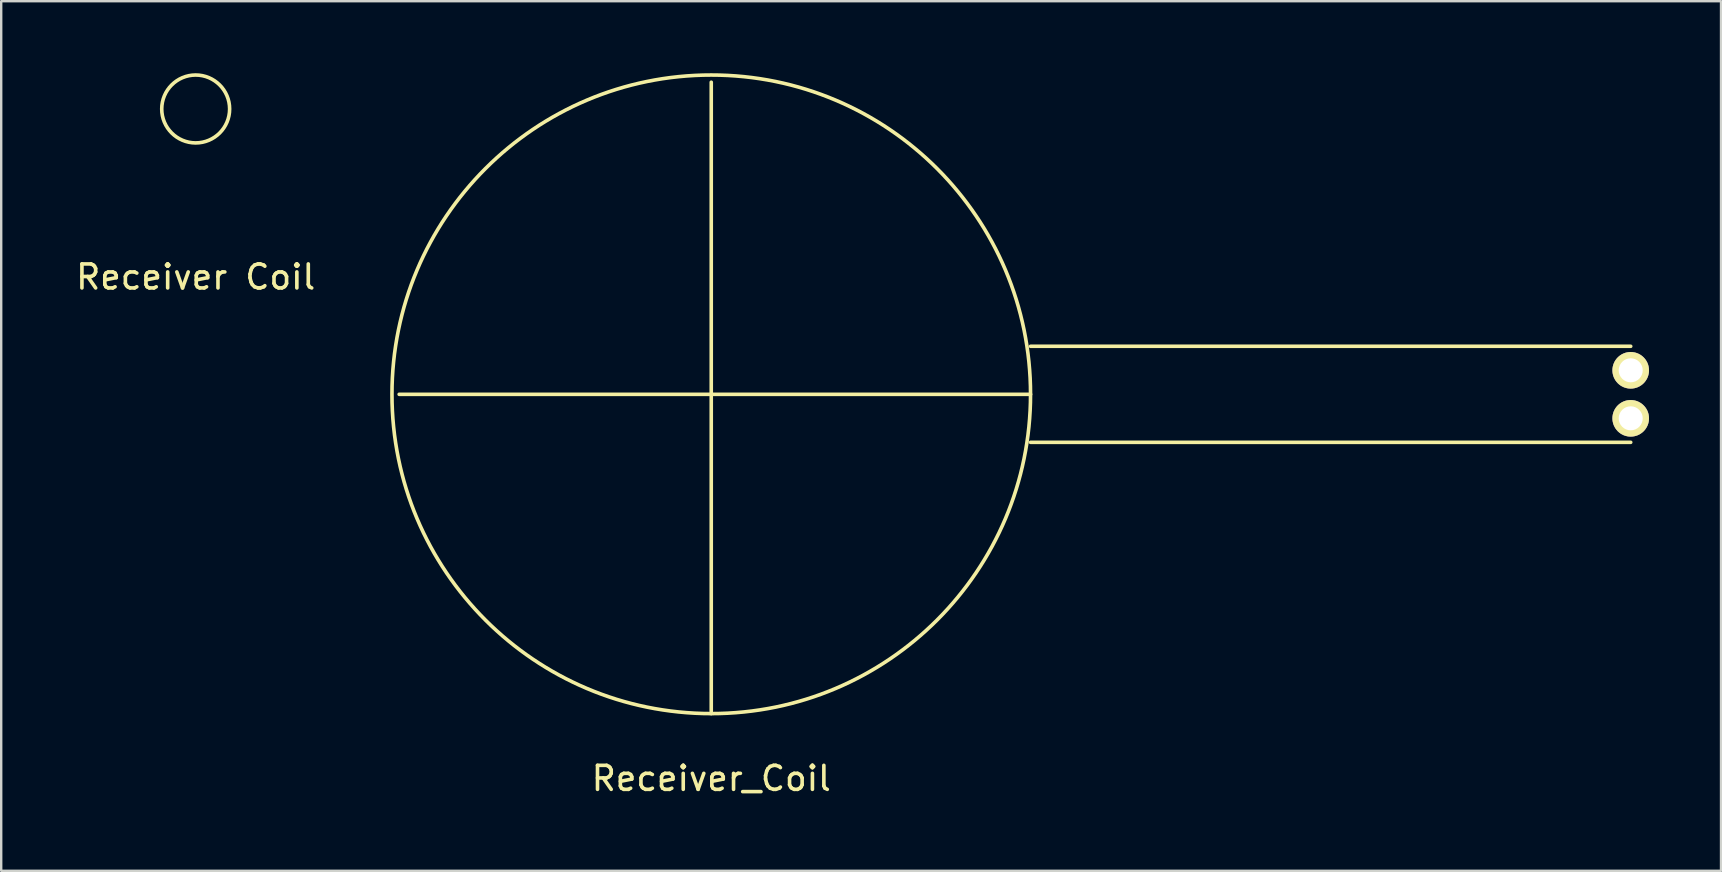
<source format=kicad_pcb>
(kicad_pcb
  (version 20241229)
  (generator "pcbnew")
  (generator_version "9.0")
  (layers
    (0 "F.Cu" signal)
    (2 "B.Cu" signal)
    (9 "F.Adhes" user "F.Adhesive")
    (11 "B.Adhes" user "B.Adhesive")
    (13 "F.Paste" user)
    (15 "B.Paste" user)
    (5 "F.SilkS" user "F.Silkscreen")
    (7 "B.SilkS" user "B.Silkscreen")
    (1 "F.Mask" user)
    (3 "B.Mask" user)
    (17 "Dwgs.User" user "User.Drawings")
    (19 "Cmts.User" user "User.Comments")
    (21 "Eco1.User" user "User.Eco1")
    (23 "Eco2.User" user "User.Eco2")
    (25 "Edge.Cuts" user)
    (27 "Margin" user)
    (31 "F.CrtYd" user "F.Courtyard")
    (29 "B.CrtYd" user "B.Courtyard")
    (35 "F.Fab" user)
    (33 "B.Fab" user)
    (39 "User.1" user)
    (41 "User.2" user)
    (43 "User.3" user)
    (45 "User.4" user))
  (footprint "Receiver_Coil"
    (layer "F.Cu")
    (at 26.577 13.375)
    (property "Reference" "Receiver_Coil" (at 0 16 0) (layer "F.SilkS") (effects (font (size 1 1) (thickness 0.15))))
    (attr through_hole)
    (fp_line (start -13 0) (end 13.3 0) (stroke (width 0.15) (type solid)) (layer "F.SilkS"))
    (fp_line (start 0 -13) (end 0 13.3) (stroke (width 0.15) (type solid)) (layer "F.SilkS"))
    (fp_line (start 13.3 -2) (end 38.3 -2) (stroke (width 0.15) (type solid)) (layer "F.SilkS"))
    (fp_line (start 13.3 2) (end 38.3 2) (stroke (width 0.15) (type solid)) (layer "F.SilkS"))
    (fp_circle (center 0 0) (end 13.3 0) (stroke (width 0.15) (type solid)) (fill no) (layer "F.SilkS"))
    (pad "1" thru_hole circle (at 38.3 -1 90) (size 1.524 1.524) (drill 1) (layers "*.Cu" "*.Mask" "F.SilkS"))
    (pad "2" thru_hole circle (at 38.3 1 90) (size 1.524 1.524) (drill 1) (layers "*.Cu" "*.Mask" "F.SilkS")))
  (footprint "Receiver Coil"
    (layer "F.Cu")
    (at 5.101 1.489)
    (property "Reference" "Receiver Coil" (at 0 7 0) (layer "F.SilkS") (effects (font (size 1 1) (thickness 0.15))))
    (attr through_hole)
    (fp_circle (center 0 0) (end 1 1) (stroke (width 0.15) (type solid)) (fill no) (layer "F.SilkS")))
  (gr_rect
    (start -3 -3)
    (end 68.639 33.223)
    (stroke (width 0.1) (type default))
    (fill no)
    (layer "Edge.Cuts")))
</source>
